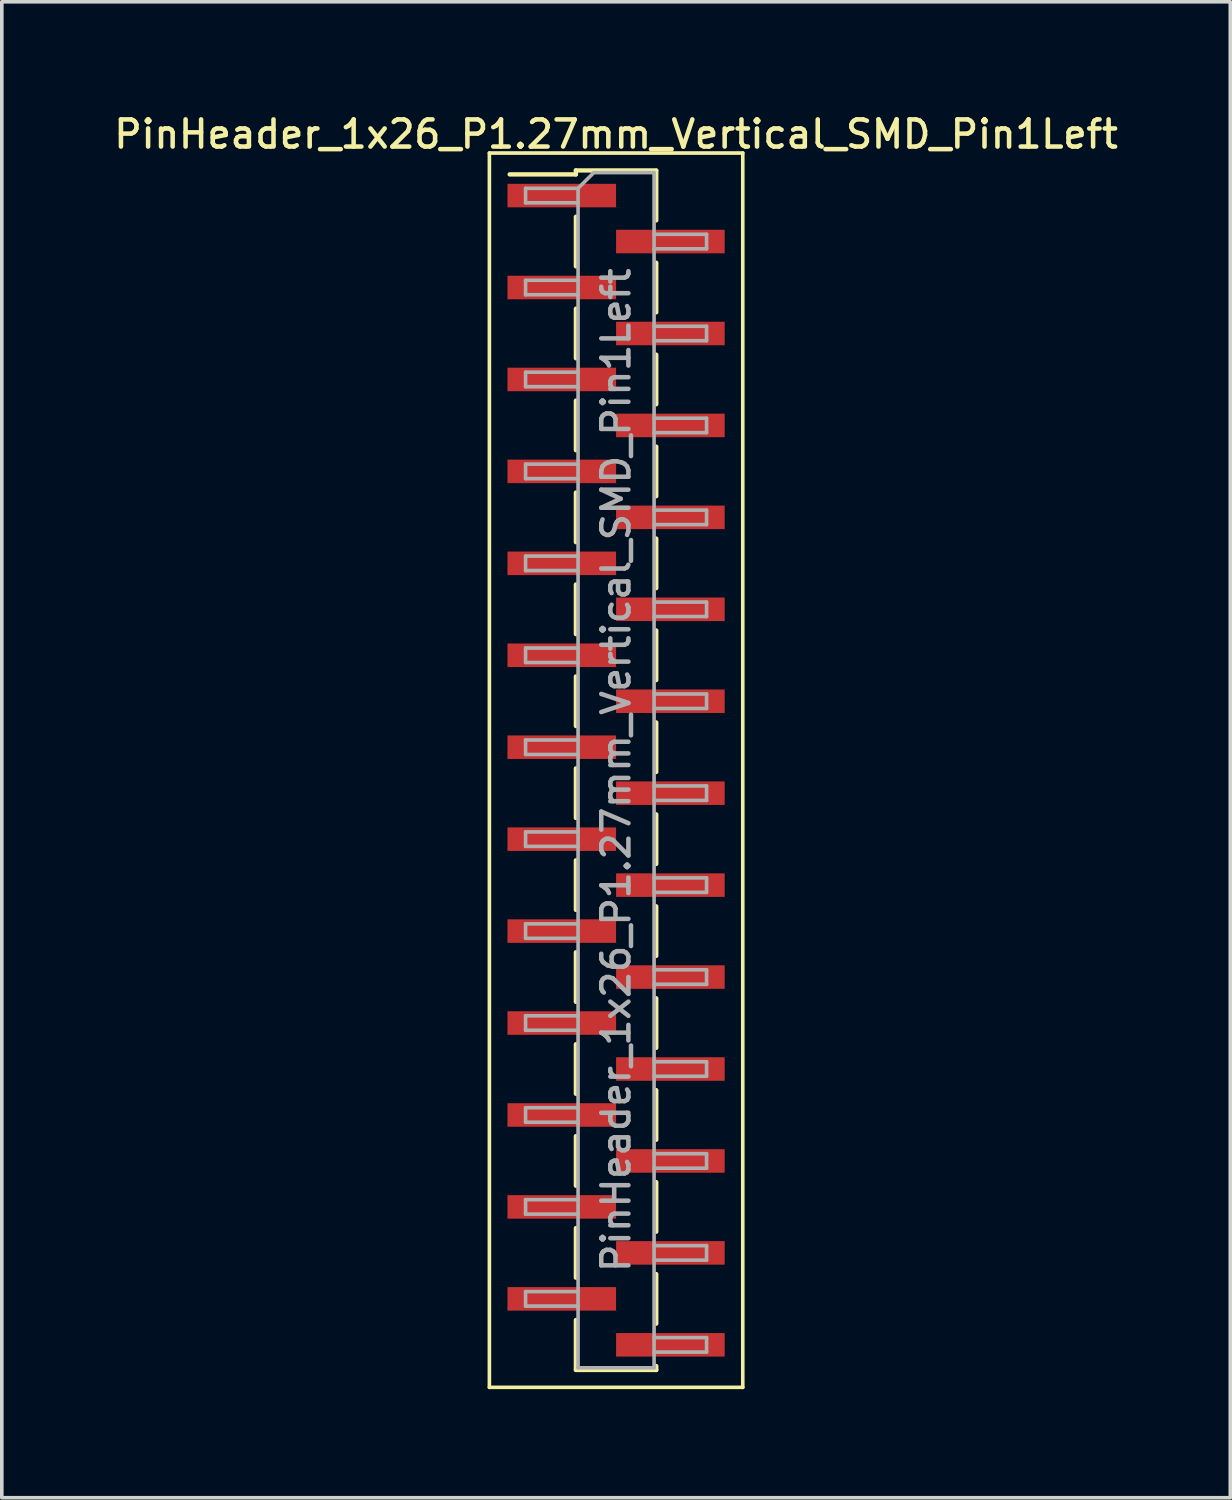
<source format=kicad_pcb>
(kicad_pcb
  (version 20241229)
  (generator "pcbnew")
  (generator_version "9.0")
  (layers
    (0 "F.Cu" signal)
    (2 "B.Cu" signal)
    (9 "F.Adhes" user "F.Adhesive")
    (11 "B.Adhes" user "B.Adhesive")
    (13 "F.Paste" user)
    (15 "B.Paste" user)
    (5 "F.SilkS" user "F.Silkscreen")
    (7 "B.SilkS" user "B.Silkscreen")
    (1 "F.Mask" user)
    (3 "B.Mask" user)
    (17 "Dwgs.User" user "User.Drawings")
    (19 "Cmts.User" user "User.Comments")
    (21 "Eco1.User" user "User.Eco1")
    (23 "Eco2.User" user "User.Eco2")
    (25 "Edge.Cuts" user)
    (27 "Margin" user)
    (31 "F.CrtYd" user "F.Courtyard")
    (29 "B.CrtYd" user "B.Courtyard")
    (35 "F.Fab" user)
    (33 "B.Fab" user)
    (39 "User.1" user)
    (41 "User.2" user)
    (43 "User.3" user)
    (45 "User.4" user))
  (footprint "PinHeader_1x26_P1.27mm_Vertical_SMD_Pin1Left"
    (layer "F.Cu")
    (at 13.97 18.228)
    (property "Reference" "PinHeader_1x26_P1.27mm_Vertical_SMD_Pin1Left" (at 0 -17.57 0) (layer "F.SilkS") (effects (font (size 0.75 0.75) (thickness 0.125))))
    (attr smd)
    (fp_line (start -3.5 -17.05) (end -3.5 17.05) (stroke (width 0.1) (type solid)) (layer "F.SilkS"))
    (fp_line (start -3.5 17.05) (end 3.5 17.05) (stroke (width 0.1) (type solid)) (layer "F.SilkS"))
    (fp_line (start -1.11 -16.57) (end -1.11 -16.46) (stroke (width 0.12) (type solid)) (layer "F.SilkS"))
    (fp_line (start -1.11 -16.57) (end 1.11 -16.57) (stroke (width 0.12) (type solid)) (layer "F.SilkS"))
    (fp_line (start -1.11 -16.46) (end -2.94 -16.46) (stroke (width 0.12) (type solid)) (layer "F.SilkS"))
    (fp_line (start -1.11 -15.29) (end -1.11 -13.92) (stroke (width 0.12) (type solid)) (layer "F.SilkS"))
    (fp_line (start -1.11 -12.75) (end -1.11 -11.38) (stroke (width 0.12) (type solid)) (layer "F.SilkS"))
    (fp_line (start -1.11 -10.21) (end -1.11 -8.84) (stroke (width 0.12) (type solid)) (layer "F.SilkS"))
    (fp_line (start -1.11 -7.67) (end -1.11 -6.3) (stroke (width 0.12) (type solid)) (layer "F.SilkS"))
    (fp_line (start -1.11 -5.13) (end -1.11 -3.76) (stroke (width 0.12) (type solid)) (layer "F.SilkS"))
    (fp_line (start -1.11 -2.59) (end -1.11 -1.22) (stroke (width 0.12) (type solid)) (layer "F.SilkS"))
    (fp_line (start -1.11 -0.05) (end -1.11 1.32) (stroke (width 0.12) (type solid)) (layer "F.SilkS"))
    (fp_line (start -1.11 2.49) (end -1.11 3.86) (stroke (width 0.12) (type solid)) (layer "F.SilkS"))
    (fp_line (start -1.11 5.03) (end -1.11 6.4) (stroke (width 0.12) (type solid)) (layer "F.SilkS"))
    (fp_line (start -1.11 7.57) (end -1.11 8.94) (stroke (width 0.12) (type solid)) (layer "F.SilkS"))
    (fp_line (start -1.11 10.11) (end -1.11 11.48) (stroke (width 0.12) (type solid)) (layer "F.SilkS"))
    (fp_line (start -1.11 12.65) (end -1.11 14.02) (stroke (width 0.12) (type solid)) (layer "F.SilkS"))
    (fp_line (start -1.11 15.19) (end -1.11 16.56) (stroke (width 0.12) (type solid)) (layer "F.SilkS"))
    (fp_line (start -1.11 16.57) (end 1.11 16.57) (stroke (width 0.12) (type solid)) (layer "F.SilkS"))
    (fp_line (start 1.11 -16.56) (end 1.11 -15.19) (stroke (width 0.12) (type solid)) (layer "F.SilkS"))
    (fp_line (start 1.11 -14.02) (end 1.11 -12.65) (stroke (width 0.12) (type solid)) (layer "F.SilkS"))
    (fp_line (start 1.11 -11.48) (end 1.11 -10.11) (stroke (width 0.12) (type solid)) (layer "F.SilkS"))
    (fp_line (start 1.11 -8.94) (end 1.11 -7.57) (stroke (width 0.12) (type solid)) (layer "F.SilkS"))
    (fp_line (start 1.11 -6.4) (end 1.11 -5.03) (stroke (width 0.12) (type solid)) (layer "F.SilkS"))
    (fp_line (start 1.11 -3.86) (end 1.11 -2.49) (stroke (width 0.12) (type solid)) (layer "F.SilkS"))
    (fp_line (start 1.11 -1.32) (end 1.11 0.05) (stroke (width 0.12) (type solid)) (layer "F.SilkS"))
    (fp_line (start 1.11 1.22) (end 1.11 2.59) (stroke (width 0.12) (type solid)) (layer "F.SilkS"))
    (fp_line (start 1.11 3.76) (end 1.11 5.13) (stroke (width 0.12) (type solid)) (layer "F.SilkS"))
    (fp_line (start 1.11 6.3) (end 1.11 7.67) (stroke (width 0.12) (type solid)) (layer "F.SilkS"))
    (fp_line (start 1.11 8.84) (end 1.11 10.21) (stroke (width 0.12) (type solid)) (layer "F.SilkS"))
    (fp_line (start 1.11 11.38) (end 1.11 12.75) (stroke (width 0.12) (type solid)) (layer "F.SilkS"))
    (fp_line (start 1.11 13.92) (end 1.11 15.29) (stroke (width 0.12) (type solid)) (layer "F.SilkS"))
    (fp_line (start 1.11 16.46) (end 1.11 16.57) (stroke (width 0.12) (type solid)) (layer "F.SilkS"))
    (fp_line (start 3.5 -17.05) (end -3.5 -17.05) (stroke (width 0.1) (type solid)) (layer "F.SilkS"))
    (fp_line (start 3.5 17.05) (end 3.5 -17.05) (stroke (width 0.1) (type solid)) (layer "F.SilkS"))
    (fp_line (start -2.5 -16.075) (end -2.5 -15.675) (stroke (width 0.1) (type solid)) (layer "F.Fab"))
    (fp_line (start -2.5 -15.675) (end -1.05 -15.675) (stroke (width 0.1) (type solid)) (layer "F.Fab"))
    (fp_line (start -2.5 -13.535) (end -2.5 -13.135) (stroke (width 0.1) (type solid)) (layer "F.Fab"))
    (fp_line (start -2.5 -13.135) (end -1.05 -13.135) (stroke (width 0.1) (type solid)) (layer "F.Fab"))
    (fp_line (start -2.5 -10.995) (end -2.5 -10.595) (stroke (width 0.1) (type solid)) (layer "F.Fab"))
    (fp_line (start -2.5 -10.595) (end -1.05 -10.595) (stroke (width 0.1) (type solid)) (layer "F.Fab"))
    (fp_line (start -2.5 -8.455) (end -2.5 -8.055) (stroke (width 0.1) (type solid)) (layer "F.Fab"))
    (fp_line (start -2.5 -8.055) (end -1.05 -8.055) (stroke (width 0.1) (type solid)) (layer "F.Fab"))
    (fp_line (start -2.5 -5.915) (end -2.5 -5.515) (stroke (width 0.1) (type solid)) (layer "F.Fab"))
    (fp_line (start -2.5 -5.515) (end -1.05 -5.515) (stroke (width 0.1) (type solid)) (layer "F.Fab"))
    (fp_line (start -2.5 -3.375) (end -2.5 -2.975) (stroke (width 0.1) (type solid)) (layer "F.Fab"))
    (fp_line (start -2.5 -2.975) (end -1.05 -2.975) (stroke (width 0.1) (type solid)) (layer "F.Fab"))
    (fp_line (start -2.5 -0.835) (end -2.5 -0.435) (stroke (width 0.1) (type solid)) (layer "F.Fab"))
    (fp_line (start -2.5 -0.435) (end -1.05 -0.435) (stroke (width 0.1) (type solid)) (layer "F.Fab"))
    (fp_line (start -2.5 1.705) (end -2.5 2.105) (stroke (width 0.1) (type solid)) (layer "F.Fab"))
    (fp_line (start -2.5 2.105) (end -1.05 2.105) (stroke (width 0.1) (type solid)) (layer "F.Fab"))
    (fp_line (start -2.5 4.245) (end -2.5 4.645) (stroke (width 0.1) (type solid)) (layer "F.Fab"))
    (fp_line (start -2.5 4.645) (end -1.05 4.645) (stroke (width 0.1) (type solid)) (layer "F.Fab"))
    (fp_line (start -2.5 6.785) (end -2.5 7.185) (stroke (width 0.1) (type solid)) (layer "F.Fab"))
    (fp_line (start -2.5 7.185) (end -1.05 7.185) (stroke (width 0.1) (type solid)) (layer "F.Fab"))
    (fp_line (start -2.5 9.325) (end -2.5 9.725) (stroke (width 0.1) (type solid)) (layer "F.Fab"))
    (fp_line (start -2.5 9.725) (end -1.05 9.725) (stroke (width 0.1) (type solid)) (layer "F.Fab"))
    (fp_line (start -2.5 11.865) (end -2.5 12.265) (stroke (width 0.1) (type solid)) (layer "F.Fab"))
    (fp_line (start -2.5 12.265) (end -1.05 12.265) (stroke (width 0.1) (type solid)) (layer "F.Fab"))
    (fp_line (start -2.5 14.405) (end -2.5 14.805) (stroke (width 0.1) (type solid)) (layer "F.Fab"))
    (fp_line (start -2.5 14.805) (end -1.05 14.805) (stroke (width 0.1) (type solid)) (layer "F.Fab"))
    (fp_line (start -1.05 -16.075) (end -2.5 -16.075) (stroke (width 0.1) (type solid)) (layer "F.Fab"))
    (fp_line (start -1.05 -16.075) (end -0.615 -16.51) (stroke (width 0.1) (type solid)) (layer "F.Fab"))
    (fp_line (start -1.05 -13.535) (end -2.5 -13.535) (stroke (width 0.1) (type solid)) (layer "F.Fab"))
    (fp_line (start -1.05 -10.995) (end -2.5 -10.995) (stroke (width 0.1) (type solid)) (layer "F.Fab"))
    (fp_line (start -1.05 -8.455) (end -2.5 -8.455) (stroke (width 0.1) (type solid)) (layer "F.Fab"))
    (fp_line (start -1.05 -5.915) (end -2.5 -5.915) (stroke (width 0.1) (type solid)) (layer "F.Fab"))
    (fp_line (start -1.05 -3.375) (end -2.5 -3.375) (stroke (width 0.1) (type solid)) (layer "F.Fab"))
    (fp_line (start -1.05 -0.835) (end -2.5 -0.835) (stroke (width 0.1) (type solid)) (layer "F.Fab"))
    (fp_line (start -1.05 1.705) (end -2.5 1.705) (stroke (width 0.1) (type solid)) (layer "F.Fab"))
    (fp_line (start -1.05 4.245) (end -2.5 4.245) (stroke (width 0.1) (type solid)) (layer "F.Fab"))
    (fp_line (start -1.05 6.785) (end -2.5 6.785) (stroke (width 0.1) (type solid)) (layer "F.Fab"))
    (fp_line (start -1.05 9.325) (end -2.5 9.325) (stroke (width 0.1) (type solid)) (layer "F.Fab"))
    (fp_line (start -1.05 11.865) (end -2.5 11.865) (stroke (width 0.1) (type solid)) (layer "F.Fab"))
    (fp_line (start -1.05 14.405) (end -2.5 14.405) (stroke (width 0.1) (type solid)) (layer "F.Fab"))
    (fp_line (start -1.05 16.51) (end -1.05 -16.075) (stroke (width 0.1) (type solid)) (layer "F.Fab"))
    (fp_line (start -0.615 -16.51) (end 1.05 -16.51) (stroke (width 0.1) (type solid)) (layer "F.Fab"))
    (fp_line (start 1.05 -16.51) (end 1.05 16.51) (stroke (width 0.1) (type solid)) (layer "F.Fab"))
    (fp_line (start 1.05 -14.805) (end 2.5 -14.805) (stroke (width 0.1) (type solid)) (layer "F.Fab"))
    (fp_line (start 1.05 -12.265) (end 2.5 -12.265) (stroke (width 0.1) (type solid)) (layer "F.Fab"))
    (fp_line (start 1.05 -9.725) (end 2.5 -9.725) (stroke (width 0.1) (type solid)) (layer "F.Fab"))
    (fp_line (start 1.05 -7.185) (end 2.5 -7.185) (stroke (width 0.1) (type solid)) (layer "F.Fab"))
    (fp_line (start 1.05 -4.645) (end 2.5 -4.645) (stroke (width 0.1) (type solid)) (layer "F.Fab"))
    (fp_line (start 1.05 -2.105) (end 2.5 -2.105) (stroke (width 0.1) (type solid)) (layer "F.Fab"))
    (fp_line (start 1.05 0.435) (end 2.5 0.435) (stroke (width 0.1) (type solid)) (layer "F.Fab"))
    (fp_line (start 1.05 2.975) (end 2.5 2.975) (stroke (width 0.1) (type solid)) (layer "F.Fab"))
    (fp_line (start 1.05 5.515) (end 2.5 5.515) (stroke (width 0.1) (type solid)) (layer "F.Fab"))
    (fp_line (start 1.05 8.055) (end 2.5 8.055) (stroke (width 0.1) (type solid)) (layer "F.Fab"))
    (fp_line (start 1.05 10.595) (end 2.5 10.595) (stroke (width 0.1) (type solid)) (layer "F.Fab"))
    (fp_line (start 1.05 13.135) (end 2.5 13.135) (stroke (width 0.1) (type solid)) (layer "F.Fab"))
    (fp_line (start 1.05 15.675) (end 2.5 15.675) (stroke (width 0.1) (type solid)) (layer "F.Fab"))
    (fp_line (start 1.05 16.51) (end -1.05 16.51) (stroke (width 0.1) (type solid)) (layer "F.Fab"))
    (fp_line (start 2.5 -14.805) (end 2.5 -14.405) (stroke (width 0.1) (type solid)) (layer "F.Fab"))
    (fp_line (start 2.5 -14.405) (end 1.05 -14.405) (stroke (width 0.1) (type solid)) (layer "F.Fab"))
    (fp_line (start 2.5 -12.265) (end 2.5 -11.865) (stroke (width 0.1) (type solid)) (layer "F.Fab"))
    (fp_line (start 2.5 -11.865) (end 1.05 -11.865) (stroke (width 0.1) (type solid)) (layer "F.Fab"))
    (fp_line (start 2.5 -9.725) (end 2.5 -9.325) (stroke (width 0.1) (type solid)) (layer "F.Fab"))
    (fp_line (start 2.5 -9.325) (end 1.05 -9.325) (stroke (width 0.1) (type solid)) (layer "F.Fab"))
    (fp_line (start 2.5 -7.185) (end 2.5 -6.785) (stroke (width 0.1) (type solid)) (layer "F.Fab"))
    (fp_line (start 2.5 -6.785) (end 1.05 -6.785) (stroke (width 0.1) (type solid)) (layer "F.Fab"))
    (fp_line (start 2.5 -4.645) (end 2.5 -4.245) (stroke (width 0.1) (type solid)) (layer "F.Fab"))
    (fp_line (start 2.5 -4.245) (end 1.05 -4.245) (stroke (width 0.1) (type solid)) (layer "F.Fab"))
    (fp_line (start 2.5 -2.105) (end 2.5 -1.705) (stroke (width 0.1) (type solid)) (layer "F.Fab"))
    (fp_line (start 2.5 -1.705) (end 1.05 -1.705) (stroke (width 0.1) (type solid)) (layer "F.Fab"))
    (fp_line (start 2.5 0.435) (end 2.5 0.835) (stroke (width 0.1) (type solid)) (layer "F.Fab"))
    (fp_line (start 2.5 0.835) (end 1.05 0.835) (stroke (width 0.1) (type solid)) (layer "F.Fab"))
    (fp_line (start 2.5 2.975) (end 2.5 3.375) (stroke (width 0.1) (type solid)) (layer "F.Fab"))
    (fp_line (start 2.5 3.375) (end 1.05 3.375) (stroke (width 0.1) (type solid)) (layer "F.Fab"))
    (fp_line (start 2.5 5.515) (end 2.5 5.915) (stroke (width 0.1) (type solid)) (layer "F.Fab"))
    (fp_line (start 2.5 5.915) (end 1.05 5.915) (stroke (width 0.1) (type solid)) (layer "F.Fab"))
    (fp_line (start 2.5 8.055) (end 2.5 8.455) (stroke (width 0.1) (type solid)) (layer "F.Fab"))
    (fp_line (start 2.5 8.455) (end 1.05 8.455) (stroke (width 0.1) (type solid)) (layer "F.Fab"))
    (fp_line (start 2.5 10.595) (end 2.5 10.995) (stroke (width 0.1) (type solid)) (layer "F.Fab"))
    (fp_line (start 2.5 10.995) (end 1.05 10.995) (stroke (width 0.1) (type solid)) (layer "F.Fab"))
    (fp_line (start 2.5 13.135) (end 2.5 13.535) (stroke (width 0.1) (type solid)) (layer "F.Fab"))
    (fp_line (start 2.5 13.535) (end 1.05 13.535) (stroke (width 0.1) (type solid)) (layer "F.Fab"))
    (fp_line (start 2.5 15.675) (end 2.5 16.075) (stroke (width 0.1) (type solid)) (layer "F.Fab"))
    (fp_line (start 2.5 16.075) (end 1.05 16.075) (stroke (width 0.1) (type solid)) (layer "F.Fab"))
    (fp_text user "${REFERENCE}" (at 0 0 90) (layer "F.Fab") (effects (font (size 0.75 0.75) (thickness 0.125))))
    (pad "1" smd rect (at -1.5 -15.875) (size 3 0.65) (layers "F.Cu" "F.Mask" "F.Paste"))
    (pad "2" smd rect (at 1.5 -14.605) (size 3 0.65) (layers "F.Cu" "F.Mask" "F.Paste"))
    (pad "3" smd rect (at -1.5 -13.335) (size 3 0.65) (layers "F.Cu" "F.Mask" "F.Paste"))
    (pad "4" smd rect (at 1.5 -12.065) (size 3 0.65) (layers "F.Cu" "F.Mask" "F.Paste"))
    (pad "5" smd rect (at -1.5 -10.795) (size 3 0.65) (layers "F.Cu" "F.Mask" "F.Paste"))
    (pad "6" smd rect (at 1.5 -9.525) (size 3 0.65) (layers "F.Cu" "F.Mask" "F.Paste"))
    (pad "7" smd rect (at -1.5 -8.255) (size 3 0.65) (layers "F.Cu" "F.Mask" "F.Paste"))
    (pad "8" smd rect (at 1.5 -6.985) (size 3 0.65) (layers "F.Cu" "F.Mask" "F.Paste"))
    (pad "9" smd rect (at -1.5 -5.715) (size 3 0.65) (layers "F.Cu" "F.Mask" "F.Paste"))
    (pad "10" smd rect (at 1.5 -4.445) (size 3 0.65) (layers "F.Cu" "F.Mask" "F.Paste"))
    (pad "11" smd rect (at -1.5 -3.175) (size 3 0.65) (layers "F.Cu" "F.Mask" "F.Paste"))
    (pad "12" smd rect (at 1.5 -1.905) (size 3 0.65) (layers "F.Cu" "F.Mask" "F.Paste"))
    (pad "13" smd rect (at -1.5 -0.635) (size 3 0.65) (layers "F.Cu" "F.Mask" "F.Paste"))
    (pad "14" smd rect (at 1.5 0.635) (size 3 0.65) (layers "F.Cu" "F.Mask" "F.Paste"))
    (pad "15" smd rect (at -1.5 1.905) (size 3 0.65) (layers "F.Cu" "F.Mask" "F.Paste"))
    (pad "16" smd rect (at 1.5 3.175) (size 3 0.65) (layers "F.Cu" "F.Mask" "F.Paste"))
    (pad "17" smd rect (at -1.5 4.445) (size 3 0.65) (layers "F.Cu" "F.Mask" "F.Paste"))
    (pad "18" smd rect (at 1.5 5.715) (size 3 0.65) (layers "F.Cu" "F.Mask" "F.Paste"))
    (pad "19" smd rect (at -1.5 6.985) (size 3 0.65) (layers "F.Cu" "F.Mask" "F.Paste"))
    (pad "20" smd rect (at 1.5 8.255) (size 3 0.65) (layers "F.Cu" "F.Mask" "F.Paste"))
    (pad "21" smd rect (at -1.5 9.525) (size 3 0.65) (layers "F.Cu" "F.Mask" "F.Paste"))
    (pad "22" smd rect (at 1.5 10.795) (size 3 0.65) (layers "F.Cu" "F.Mask" "F.Paste"))
    (pad "23" smd rect (at -1.5 12.065) (size 3 0.65) (layers "F.Cu" "F.Mask" "F.Paste"))
    (pad "24" smd rect (at 1.5 13.335) (size 3 0.65) (layers "F.Cu" "F.Mask" "F.Paste"))
    (pad "25" smd rect (at -1.5 14.605) (size 3 0.65) (layers "F.Cu" "F.Mask" "F.Paste"))
    (pad "26" smd rect (at 1.5 15.875) (size 3 0.65) (layers "F.Cu" "F.Mask" "F.Paste")))
  (gr_rect
    (start -3 -3)
    (end 30.939 38.328)
    (stroke (width 0.1) (type default))
    (fill no)
    (layer "Edge.Cuts")))
</source>
